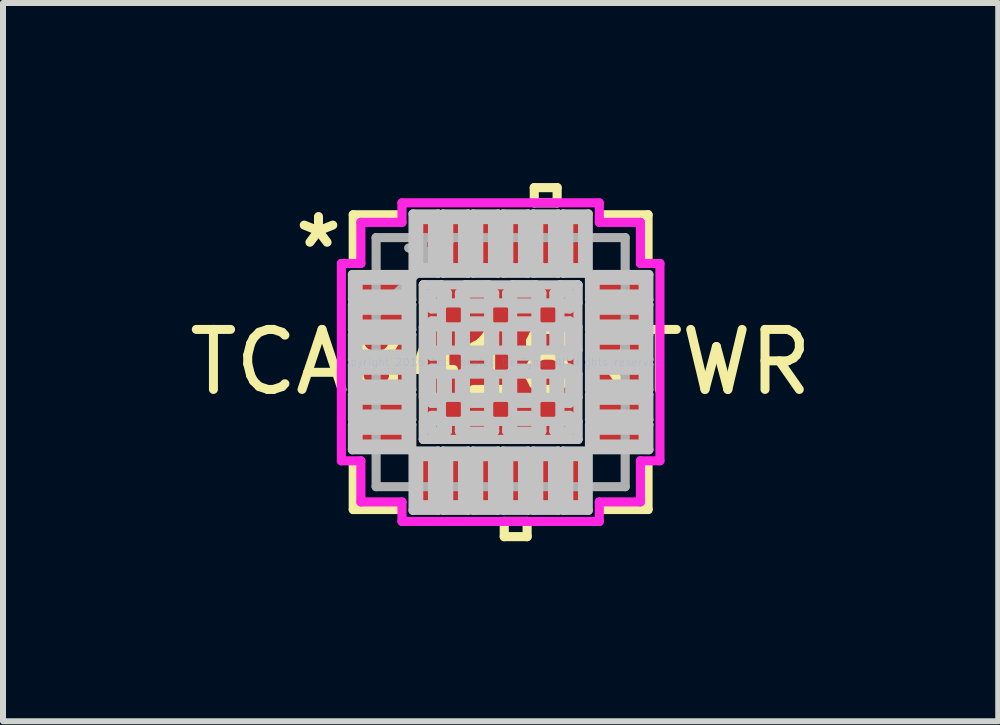
<source format=kicad_pcb>
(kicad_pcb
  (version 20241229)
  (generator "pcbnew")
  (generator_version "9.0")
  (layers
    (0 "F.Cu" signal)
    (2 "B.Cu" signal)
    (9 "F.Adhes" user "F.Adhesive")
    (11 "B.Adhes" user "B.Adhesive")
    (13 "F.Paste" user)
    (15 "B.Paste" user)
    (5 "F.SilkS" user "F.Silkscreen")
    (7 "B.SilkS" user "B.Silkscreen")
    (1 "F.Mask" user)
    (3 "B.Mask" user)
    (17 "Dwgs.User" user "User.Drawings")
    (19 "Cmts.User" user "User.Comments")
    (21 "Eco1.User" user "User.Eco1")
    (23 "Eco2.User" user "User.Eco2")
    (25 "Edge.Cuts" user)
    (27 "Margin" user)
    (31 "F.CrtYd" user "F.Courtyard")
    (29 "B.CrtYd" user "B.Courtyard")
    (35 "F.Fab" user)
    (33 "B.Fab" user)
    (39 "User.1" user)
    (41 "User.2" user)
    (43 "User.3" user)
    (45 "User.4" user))
  (footprint "TCA8418RTWR"
    (layer "F.Cu")
    (at 5.292 2.984)
    (property "Reference" "TCA8418RTWR" (at 0 0 0) (layer "F.SilkS") (effects (font (size 1 1) (thickness 0.15))))
    (attr through_hole)
    (fp_line (start -2.456 -2.456) (end -2.456 -1.718) (stroke (width 0.152) (type solid)) (layer "F.SilkS"))
    (fp_line (start -2.456 1.718) (end -2.456 2.456) (stroke (width 0.152) (type solid)) (layer "F.SilkS"))
    (fp_line (start -2.456 2.456) (end -1.718 2.456) (stroke (width 0.152) (type solid)) (layer "F.SilkS"))
    (fp_line (start -1.718 -2.456) (end -2.456 -2.456) (stroke (width 0.152) (type solid)) (layer "F.SilkS"))
    (fp_line (start 0.06 2.654) (end 0.06 2.908) (stroke (width 0.152) (type solid)) (layer "F.SilkS"))
    (fp_line (start 0.06 2.908) (end 0.441 2.908) (stroke (width 0.152) (type solid)) (layer "F.SilkS"))
    (fp_line (start 0.441 2.654) (end 0.06 2.654) (stroke (width 0.152) (type solid)) (layer "F.SilkS"))
    (fp_line (start 0.441 2.908) (end 0.441 2.654) (stroke (width 0.152) (type solid)) (layer "F.SilkS"))
    (fp_line (start 0.56 -2.908) (end 0.941 -2.908) (stroke (width 0.152) (type solid)) (layer "F.SilkS"))
    (fp_line (start 0.56 -2.654) (end 0.56 -2.908) (stroke (width 0.152) (type solid)) (layer "F.SilkS"))
    (fp_line (start 0.941 -2.908) (end 0.941 -2.654) (stroke (width 0.152) (type solid)) (layer "F.SilkS"))
    (fp_line (start 0.941 -2.654) (end 0.56 -2.654) (stroke (width 0.152) (type solid)) (layer "F.SilkS"))
    (fp_line (start 1.718 2.456) (end 2.456 2.456) (stroke (width 0.152) (type solid)) (layer "F.SilkS"))
    (fp_line (start 2.456 -2.456) (end 1.718 -2.456) (stroke (width 0.152) (type solid)) (layer "F.SilkS"))
    (fp_line (start 2.456 -1.718) (end 2.456 -2.456) (stroke (width 0.152) (type solid)) (layer "F.SilkS"))
    (fp_line (start 2.456 2.456) (end 2.456 1.718) (stroke (width 0.152) (type solid)) (layer "F.SilkS"))
    (fp_line (start -2.47 -1.46) (end -2.47 -1.04) (stroke (width 0.152) (type solid)) (layer "Dwgs.User"))
    (fp_line (start -2.47 -1.04) (end -1.48 -1.04) (stroke (width 0.152) (type solid)) (layer "Dwgs.User"))
    (fp_line (start -2.47 -0.96) (end -2.47 -0.54) (stroke (width 0.152) (type solid)) (layer "Dwgs.User"))
    (fp_line (start -2.47 -0.54) (end -1.48 -0.54) (stroke (width 0.152) (type solid)) (layer "Dwgs.User"))
    (fp_line (start -2.47 -0.46) (end -2.47 -0.04) (stroke (width 0.152) (type solid)) (layer "Dwgs.User"))
    (fp_line (start -2.47 -0.04) (end -1.48 -0.04) (stroke (width 0.152) (type solid)) (layer "Dwgs.User"))
    (fp_line (start -2.47 0.04) (end -2.47 0.46) (stroke (width 0.152) (type solid)) (layer "Dwgs.User"))
    (fp_line (start -2.47 0.46) (end -1.48 0.46) (stroke (width 0.152) (type solid)) (layer "Dwgs.User"))
    (fp_line (start -2.47 0.54) (end -2.47 0.96) (stroke (width 0.152) (type solid)) (layer "Dwgs.User"))
    (fp_line (start -2.47 0.96) (end -1.48 0.96) (stroke (width 0.152) (type solid)) (layer "Dwgs.User"))
    (fp_line (start -2.47 1.04) (end -2.47 1.46) (stroke (width 0.152) (type solid)) (layer "Dwgs.User"))
    (fp_line (start -2.47 1.46) (end -1.48 1.46) (stroke (width 0.152) (type solid)) (layer "Dwgs.User"))
    (fp_line (start -2.375 -1.365) (end -2.375 -1.135) (stroke (width 0.152) (type solid)) (layer "Dwgs.User"))
    (fp_line (start -2.375 -1.135) (end -1.575 -1.135) (stroke (width 0.152) (type solid)) (layer "Dwgs.User"))
    (fp_line (start -2.375 -0.865) (end -2.375 -0.635) (stroke (width 0.152) (type solid)) (layer "Dwgs.User"))
    (fp_line (start -2.375 -0.635) (end -1.575 -0.635) (stroke (width 0.152) (type solid)) (layer "Dwgs.User"))
    (fp_line (start -2.375 -0.365) (end -2.375 -0.135) (stroke (width 0.152) (type solid)) (layer "Dwgs.User"))
    (fp_line (start -2.375 -0.135) (end -1.575 -0.135) (stroke (width 0.152) (type solid)) (layer "Dwgs.User"))
    (fp_line (start -2.375 0.135) (end -2.375 0.365) (stroke (width 0.152) (type solid)) (layer "Dwgs.User"))
    (fp_line (start -2.375 0.365) (end -1.575 0.365) (stroke (width 0.152) (type solid)) (layer "Dwgs.User"))
    (fp_line (start -2.375 0.635) (end -2.375 0.865) (stroke (width 0.152) (type solid)) (layer "Dwgs.User"))
    (fp_line (start -2.375 0.865) (end -1.575 0.865) (stroke (width 0.152) (type solid)) (layer "Dwgs.User"))
    (fp_line (start -2.375 1.135) (end -2.375 1.365) (stroke (width 0.152) (type solid)) (layer "Dwgs.User"))
    (fp_line (start -2.375 1.365) (end -1.575 1.365) (stroke (width 0.152) (type solid)) (layer "Dwgs.User"))
    (fp_line (start -1.575 -1.365) (end -2.375 -1.365) (stroke (width 0.152) (type solid)) (layer "Dwgs.User"))
    (fp_line (start -1.575 -1.135) (end -1.575 -1.365) (stroke (width 0.152) (type solid)) (layer "Dwgs.User"))
    (fp_line (start -1.575 -0.865) (end -2.375 -0.865) (stroke (width 0.152) (type solid)) (layer "Dwgs.User"))
    (fp_line (start -1.575 -0.635) (end -1.575 -0.865) (stroke (width 0.152) (type solid)) (layer "Dwgs.User"))
    (fp_line (start -1.575 -0.365) (end -2.375 -0.365) (stroke (width 0.152) (type solid)) (layer "Dwgs.User"))
    (fp_line (start -1.575 -0.135) (end -1.575 -0.365) (stroke (width 0.152) (type solid)) (layer "Dwgs.User"))
    (fp_line (start -1.575 0.135) (end -2.375 0.135) (stroke (width 0.152) (type solid)) (layer "Dwgs.User"))
    (fp_line (start -1.575 0.365) (end -1.575 0.135) (stroke (width 0.152) (type solid)) (layer "Dwgs.User"))
    (fp_line (start -1.575 0.635) (end -2.375 0.635) (stroke (width 0.152) (type solid)) (layer "Dwgs.User"))
    (fp_line (start -1.575 0.865) (end -1.575 0.635) (stroke (width 0.152) (type solid)) (layer "Dwgs.User"))
    (fp_line (start -1.575 1.135) (end -2.375 1.135) (stroke (width 0.152) (type solid)) (layer "Dwgs.User"))
    (fp_line (start -1.575 1.365) (end -1.575 1.135) (stroke (width 0.152) (type solid)) (layer "Dwgs.User"))
    (fp_line (start -1.48 -1.46) (end -2.47 -1.46) (stroke (width 0.152) (type solid)) (layer "Dwgs.User"))
    (fp_line (start -1.48 -1.04) (end -1.48 -1.46) (stroke (width 0.152) (type solid)) (layer "Dwgs.User"))
    (fp_line (start -1.48 -0.96) (end -2.47 -0.96) (stroke (width 0.152) (type solid)) (layer "Dwgs.User"))
    (fp_line (start -1.48 -0.54) (end -1.48 -0.96) (stroke (width 0.152) (type solid)) (layer "Dwgs.User"))
    (fp_line (start -1.48 -0.46) (end -2.47 -0.46) (stroke (width 0.152) (type solid)) (layer "Dwgs.User"))
    (fp_line (start -1.48 -0.04) (end -1.48 -0.46) (stroke (width 0.152) (type solid)) (layer "Dwgs.User"))
    (fp_line (start -1.48 0.04) (end -2.47 0.04) (stroke (width 0.152) (type solid)) (layer "Dwgs.User"))
    (fp_line (start -1.48 0.46) (end -1.48 0.04) (stroke (width 0.152) (type solid)) (layer "Dwgs.User"))
    (fp_line (start -1.48 0.54) (end -2.47 0.54) (stroke (width 0.152) (type solid)) (layer "Dwgs.User"))
    (fp_line (start -1.48 0.96) (end -1.48 0.54) (stroke (width 0.152) (type solid)) (layer "Dwgs.User"))
    (fp_line (start -1.48 1.04) (end -2.47 1.04) (stroke (width 0.152) (type solid)) (layer "Dwgs.User"))
    (fp_line (start -1.48 1.46) (end -1.48 1.04) (stroke (width 0.152) (type solid)) (layer "Dwgs.User"))
    (fp_line (start -1.46 -2.47) (end -1.46 -1.48) (stroke (width 0.152) (type solid)) (layer "Dwgs.User"))
    (fp_line (start -1.46 -1.48) (end -1.04 -1.48) (stroke (width 0.152) (type solid)) (layer "Dwgs.User"))
    (fp_line (start -1.46 1.48) (end -1.46 2.47) (stroke (width 0.152) (type solid)) (layer "Dwgs.User"))
    (fp_line (start -1.46 2.47) (end -1.04 2.47) (stroke (width 0.152) (type solid)) (layer "Dwgs.User"))
    (fp_line (start -1.365 -2.375) (end -1.365 -1.575) (stroke (width 0.152) (type solid)) (layer "Dwgs.User"))
    (fp_line (start -1.365 -1.575) (end -1.135 -1.575) (stroke (width 0.152) (type solid)) (layer "Dwgs.User"))
    (fp_line (start -1.365 1.575) (end -1.365 2.375) (stroke (width 0.152) (type solid)) (layer "Dwgs.User"))
    (fp_line (start -1.365 2.375) (end -1.135 2.375) (stroke (width 0.152) (type solid)) (layer "Dwgs.User"))
    (fp_line (start -1.288 -1.288) (end -0.987 -1.288) (stroke (width 0.152) (type solid)) (layer "Dwgs.User"))
    (fp_line (start -1.288 -1.288) (end 1.288 -1.288) (stroke (width 0.152) (type solid)) (layer "Dwgs.User"))
    (fp_line (start -1.288 -0.987) (end -1.288 -1.288) (stroke (width 0.152) (type solid)) (layer "Dwgs.User"))
    (fp_line (start -1.288 -0.587) (end 1.288 -0.587) (stroke (width 0.152) (type solid)) (layer "Dwgs.User"))
    (fp_line (start -1.288 -0.2) (end -1.288 -0.587) (stroke (width 0.152) (type solid)) (layer "Dwgs.User"))
    (fp_line (start -1.288 0.2) (end 1.288 0.2) (stroke (width 0.152) (type solid)) (layer "Dwgs.User"))
    (fp_line (start -1.288 0.587) (end -1.288 0.2) (stroke (width 0.152) (type solid)) (layer "Dwgs.User"))
    (fp_line (start -1.288 0.987) (end 1.288 0.987) (stroke (width 0.152) (type solid)) (layer "Dwgs.User"))
    (fp_line (start -1.288 1.288) (end -1.288 -1.288) (stroke (width 0.152) (type solid)) (layer "Dwgs.User"))
    (fp_line (start -1.288 1.288) (end -1.288 0.987) (stroke (width 0.152) (type solid)) (layer "Dwgs.User"))
    (fp_line (start -1.15 -1.15) (end -1.15 -0.887) (stroke (width 0.152) (type solid)) (layer "Dwgs.User"))
    (fp_line (start -1.15 -0.887) (end -1.029 -0.887) (stroke (width 0.152) (type solid)) (layer "Dwgs.User"))
    (fp_line (start -1.15 -0.687) (end -1.15 -0.1) (stroke (width 0.152) (type solid)) (layer "Dwgs.User"))
    (fp_line (start -1.15 -0.1) (end -1.029 -0.1) (stroke (width 0.152) (type solid)) (layer "Dwgs.User"))
    (fp_line (start -1.15 0.1) (end -1.15 0.687) (stroke (width 0.152) (type solid)) (layer "Dwgs.User"))
    (fp_line (start -1.15 0.687) (end -1.029 0.687) (stroke (width 0.152) (type solid)) (layer "Dwgs.User"))
    (fp_line (start -1.15 0.887) (end -1.15 1.15) (stroke (width 0.152) (type solid)) (layer "Dwgs.User"))
    (fp_line (start -1.15 1.15) (end -0.887 1.15) (stroke (width 0.152) (type solid)) (layer "Dwgs.User"))
    (fp_line (start -1.135 -2.375) (end -1.365 -2.375) (stroke (width 0.152) (type solid)) (layer "Dwgs.User"))
    (fp_line (start -1.135 -1.575) (end -1.135 -2.375) (stroke (width 0.152) (type solid)) (layer "Dwgs.User"))
    (fp_line (start -1.135 1.575) (end -1.365 1.575) (stroke (width 0.152) (type solid)) (layer "Dwgs.User"))
    (fp_line (start -1.135 2.375) (end -1.135 1.575) (stroke (width 0.152) (type solid)) (layer "Dwgs.User"))
    (fp_line (start -1.04 -2.47) (end -1.46 -2.47) (stroke (width 0.152) (type solid)) (layer "Dwgs.User"))
    (fp_line (start -1.04 -1.48) (end -1.04 -2.47) (stroke (width 0.152) (type solid)) (layer "Dwgs.User"))
    (fp_line (start -1.04 1.48) (end -1.46 1.48) (stroke (width 0.152) (type solid)) (layer "Dwgs.User"))
    (fp_line (start -1.04 2.47) (end -1.04 1.48) (stroke (width 0.152) (type solid)) (layer "Dwgs.User"))
    (fp_line (start -1.029 -0.887) (end -1.029 -0.887) (stroke (width 0.152) (type solid)) (layer "Dwgs.User"))
    (fp_line (start -1.029 -0.887) (end -0.887 -1.029) (stroke (width 0.152) (type solid)) (layer "Dwgs.User"))
    (fp_line (start -1.029 -0.687) (end -1.15 -0.687) (stroke (width 0.152) (type solid)) (layer "Dwgs.User"))
    (fp_line (start -1.029 -0.687) (end -1.029 -0.687) (stroke (width 0.152) (type solid)) (layer "Dwgs.User"))
    (fp_line (start -1.029 -0.1) (end -1.029 -0.1) (stroke (width 0.152) (type solid)) (layer "Dwgs.User"))
    (fp_line (start -1.029 -0.1) (end -0.887 -0.241) (stroke (width 0.152) (type solid)) (layer "Dwgs.User"))
    (fp_line (start -1.029 0.1) (end -1.15 0.1) (stroke (width 0.152) (type solid)) (layer "Dwgs.User"))
    (fp_line (start -1.029 0.1) (end -1.029 0.1) (stroke (width 0.152) (type solid)) (layer "Dwgs.User"))
    (fp_line (start -1.029 0.687) (end -1.029 0.687) (stroke (width 0.152) (type solid)) (layer "Dwgs.User"))
    (fp_line (start -1.029 0.687) (end -0.887 0.546) (stroke (width 0.152) (type solid)) (layer "Dwgs.User"))
    (fp_line (start -1.029 0.887) (end -1.15 0.887) (stroke (width 0.152) (type solid)) (layer "Dwgs.User"))
    (fp_line (start -1.029 0.887) (end -1.029 0.887) (stroke (width 0.152) (type solid)) (layer "Dwgs.User"))
    (fp_line (start -0.987 -1.288) (end -0.987 1.288) (stroke (width 0.152) (type solid)) (layer "Dwgs.User"))
    (fp_line (start -0.987 1.288) (end -1.288 1.288) (stroke (width 0.152) (type solid)) (layer "Dwgs.User"))
    (fp_line (start -0.96 -2.47) (end -0.96 -1.48) (stroke (width 0.152) (type solid)) (layer "Dwgs.User"))
    (fp_line (start -0.96 -1.48) (end -0.54 -1.48) (stroke (width 0.152) (type solid)) (layer "Dwgs.User"))
    (fp_line (start -0.96 1.48) (end -0.96 2.47) (stroke (width 0.152) (type solid)) (layer "Dwgs.User"))
    (fp_line (start -0.96 2.47) (end -0.54 2.47) (stroke (width 0.152) (type solid)) (layer "Dwgs.User"))
    (fp_line (start -0.887 -1.15) (end -1.15 -1.15) (stroke (width 0.152) (type solid)) (layer "Dwgs.User"))
    (fp_line (start -0.887 -1.029) (end -0.887 -1.15) (stroke (width 0.152) (type solid)) (layer "Dwgs.User"))
    (fp_line (start -0.887 -1.029) (end -0.887 -1.029) (stroke (width 0.152) (type solid)) (layer "Dwgs.User"))
    (fp_line (start -0.887 -0.546) (end -1.029 -0.687) (stroke (width 0.152) (type solid)) (layer "Dwgs.User"))
    (fp_line (start -0.887 -0.546) (end -0.887 -0.546) (stroke (width 0.152) (type solid)) (layer "Dwgs.User"))
    (fp_line (start -0.887 -0.241) (end -0.887 -0.546) (stroke (width 0.152) (type solid)) (layer "Dwgs.User"))
    (fp_line (start -0.887 -0.241) (end -0.887 -0.241) (stroke (width 0.152) (type solid)) (layer "Dwgs.User"))
    (fp_line (start -0.887 0.241) (end -1.029 0.1) (stroke (width 0.152) (type solid)) (layer "Dwgs.User"))
    (fp_line (start -0.887 0.241) (end -0.887 0.241) (stroke (width 0.152) (type solid)) (layer "Dwgs.User"))
    (fp_line (start -0.887 0.546) (end -0.887 0.241) (stroke (width 0.152) (type solid)) (layer "Dwgs.User"))
    (fp_line (start -0.887 0.546) (end -0.887 0.546) (stroke (width 0.152) (type solid)) (layer "Dwgs.User"))
    (fp_line (start -0.887 1.029) (end -1.029 0.887) (stroke (width 0.152) (type solid)) (layer "Dwgs.User"))
    (fp_line (start -0.887 1.029) (end -0.887 1.029) (stroke (width 0.152) (type solid)) (layer "Dwgs.User"))
    (fp_line (start -0.887 1.15) (end -0.887 1.029) (stroke (width 0.152) (type solid)) (layer "Dwgs.User"))
    (fp_line (start -0.865 -2.375) (end -0.865 -1.575) (stroke (width 0.152) (type solid)) (layer "Dwgs.User"))
    (fp_line (start -0.865 -1.575) (end -0.635 -1.575) (stroke (width 0.152) (type solid)) (layer "Dwgs.User"))
    (fp_line (start -0.865 1.575) (end -0.865 2.375) (stroke (width 0.152) (type solid)) (layer "Dwgs.User"))
    (fp_line (start -0.865 2.375) (end -0.635 2.375) (stroke (width 0.152) (type solid)) (layer "Dwgs.User"))
    (fp_line (start -0.687 -1.15) (end -0.687 -1.029) (stroke (width 0.152) (type solid)) (layer "Dwgs.User"))
    (fp_line (start -0.687 -1.029) (end -0.687 -1.029) (stroke (width 0.152) (type solid)) (layer "Dwgs.User"))
    (fp_line (start -0.687 -1.029) (end -0.546 -0.887) (stroke (width 0.152) (type solid)) (layer "Dwgs.User"))
    (fp_line (start -0.687 -0.546) (end -0.687 -0.546) (stroke (width 0.152) (type solid)) (layer "Dwgs.User"))
    (fp_line (start -0.687 -0.546) (end -0.687 -0.241) (stroke (width 0.152) (type solid)) (layer "Dwgs.User"))
    (fp_line (start -0.687 -0.241) (end -0.687 -0.241) (stroke (width 0.152) (type solid)) (layer "Dwgs.User"))
    (fp_line (start -0.687 -0.241) (end -0.546 -0.1) (stroke (width 0.152) (type solid)) (layer "Dwgs.User"))
    (fp_line (start -0.687 0.241) (end -0.687 0.241) (stroke (width 0.152) (type solid)) (layer "Dwgs.User"))
    (fp_line (start -0.687 0.241) (end -0.687 0.546) (stroke (width 0.152) (type solid)) (layer "Dwgs.User"))
    (fp_line (start -0.687 0.546) (end -0.687 0.546) (stroke (width 0.152) (type solid)) (layer "Dwgs.User"))
    (fp_line (start -0.687 0.546) (end -0.546 0.687) (stroke (width 0.152) (type solid)) (layer "Dwgs.User"))
    (fp_line (start -0.687 1.029) (end -0.687 1.029) (stroke (width 0.152) (type solid)) (layer "Dwgs.User"))
    (fp_line (start -0.687 1.029) (end -0.687 1.15) (stroke (width 0.152) (type solid)) (layer "Dwgs.User"))
    (fp_line (start -0.687 1.15) (end -0.1 1.15) (stroke (width 0.152) (type solid)) (layer "Dwgs.User"))
    (fp_line (start -0.635 -2.375) (end -0.865 -2.375) (stroke (width 0.152) (type solid)) (layer "Dwgs.User"))
    (fp_line (start -0.635 -1.575) (end -0.635 -2.375) (stroke (width 0.152) (type solid)) (layer "Dwgs.User"))
    (fp_line (start -0.635 1.575) (end -0.865 1.575) (stroke (width 0.152) (type solid)) (layer "Dwgs.User"))
    (fp_line (start -0.635 2.375) (end -0.635 1.575) (stroke (width 0.152) (type solid)) (layer "Dwgs.User"))
    (fp_line (start -0.587 -1.288) (end -0.587 1.288) (stroke (width 0.152) (type solid)) (layer "Dwgs.User"))
    (fp_line (start -0.587 1.288) (end -0.2 1.288) (stroke (width 0.152) (type solid)) (layer "Dwgs.User"))
    (fp_line (start -0.546 -0.887) (end -0.546 -0.887) (stroke (width 0.152) (type solid)) (layer "Dwgs.User"))
    (fp_line (start -0.546 -0.887) (end -0.241 -0.887) (stroke (width 0.152) (type solid)) (layer "Dwgs.User"))
    (fp_line (start -0.546 -0.687) (end -0.687 -0.546) (stroke (width 0.152) (type solid)) (layer "Dwgs.User"))
    (fp_line (start -0.546 -0.687) (end -0.546 -0.687) (stroke (width 0.152) (type solid)) (layer "Dwgs.User"))
    (fp_line (start -0.546 -0.1) (end -0.546 -0.1) (stroke (width 0.152) (type solid)) (layer "Dwgs.User"))
    (fp_line (start -0.546 -0.1) (end -0.241 -0.1) (stroke (width 0.152) (type solid)) (layer "Dwgs.User"))
    (fp_line (start -0.546 0.1) (end -0.687 0.241) (stroke (width 0.152) (type solid)) (layer "Dwgs.User"))
    (fp_line (start -0.546 0.1) (end -0.546 0.1) (stroke (width 0.152) (type solid)) (layer "Dwgs.User"))
    (fp_line (start -0.546 0.687) (end -0.546 0.687) (stroke (width 0.152) (type solid)) (layer "Dwgs.User"))
    (fp_line (start -0.546 0.687) (end -0.241 0.687) (stroke (width 0.152) (type solid)) (layer "Dwgs.User"))
    (fp_line (start -0.546 0.887) (end -0.687 1.029) (stroke (width 0.152) (type solid)) (layer "Dwgs.User"))
    (fp_line (start -0.546 0.887) (end -0.546 0.887) (stroke (width 0.152) (type solid)) (layer "Dwgs.User"))
    (fp_line (start -0.54 -2.47) (end -0.96 -2.47) (stroke (width 0.152) (type solid)) (layer "Dwgs.User"))
    (fp_line (start -0.54 -1.48) (end -0.54 -2.47) (stroke (width 0.152) (type solid)) (layer "Dwgs.User"))
    (fp_line (start -0.54 1.48) (end -0.96 1.48) (stroke (width 0.152) (type solid)) (layer "Dwgs.User"))
    (fp_line (start -0.54 2.47) (end -0.54 1.48) (stroke (width 0.152) (type solid)) (layer "Dwgs.User"))
    (fp_line (start -0.46 -2.47) (end -0.46 -1.48) (stroke (width 0.152) (type solid)) (layer "Dwgs.User"))
    (fp_line (start -0.46 -1.48) (end -0.04 -1.48) (stroke (width 0.152) (type solid)) (layer "Dwgs.User"))
    (fp_line (start -0.46 1.48) (end -0.46 2.47) (stroke (width 0.152) (type solid)) (layer "Dwgs.User"))
    (fp_line (start -0.46 2.47) (end -0.04 2.47) (stroke (width 0.152) (type solid)) (layer "Dwgs.User"))
    (fp_line (start -0.365 -2.375) (end -0.365 -1.575) (stroke (width 0.152) (type solid)) (layer "Dwgs.User"))
    (fp_line (start -0.365 -1.575) (end -0.135 -1.575) (stroke (width 0.152) (type solid)) (layer "Dwgs.User"))
    (fp_line (start -0.365 1.575) (end -0.365 2.375) (stroke (width 0.152) (type solid)) (layer "Dwgs.User"))
    (fp_line (start -0.365 2.375) (end -0.135 2.375) (stroke (width 0.152) (type solid)) (layer "Dwgs.User"))
    (fp_line (start -0.241 -0.887) (end -0.241 -0.887) (stroke (width 0.152) (type solid)) (layer "Dwgs.User"))
    (fp_line (start -0.241 -0.887) (end -0.1 -1.029) (stroke (width 0.152) (type solid)) (layer "Dwgs.User"))
    (fp_line (start -0.241 -0.687) (end -0.546 -0.687) (stroke (width 0.152) (type solid)) (layer "Dwgs.User"))
    (fp_line (start -0.241 -0.687) (end -0.241 -0.687) (stroke (width 0.152) (type solid)) (layer "Dwgs.User"))
    (fp_line (start -0.241 -0.1) (end -0.241 -0.1) (stroke (width 0.152) (type solid)) (layer "Dwgs.User"))
    (fp_line (start -0.241 -0.1) (end -0.1 -0.241) (stroke (width 0.152) (type solid)) (layer "Dwgs.User"))
    (fp_line (start -0.241 0.1) (end -0.546 0.1) (stroke (width 0.152) (type solid)) (layer "Dwgs.User"))
    (fp_line (start -0.241 0.1) (end -0.241 0.1) (stroke (width 0.152) (type solid)) (layer "Dwgs.User"))
    (fp_line (start -0.241 0.687) (end -0.241 0.687) (stroke (width 0.152) (type solid)) (layer "Dwgs.User"))
    (fp_line (start -0.241 0.687) (end -0.1 0.546) (stroke (width 0.152) (type solid)) (layer "Dwgs.User"))
    (fp_line (start -0.241 0.887) (end -0.546 0.887) (stroke (width 0.152) (type solid)) (layer "Dwgs.User"))
    (fp_line (start -0.241 0.887) (end -0.241 0.887) (stroke (width 0.152) (type solid)) (layer "Dwgs.User"))
    (fp_line (start -0.2 -1.288) (end -0.587 -1.288) (stroke (width 0.152) (type solid)) (layer "Dwgs.User"))
    (fp_line (start -0.2 1.288) (end -0.2 -1.288) (stroke (width 0.152) (type solid)) (layer "Dwgs.User"))
    (fp_line (start -0.135 -2.375) (end -0.365 -2.375) (stroke (width 0.152) (type solid)) (layer "Dwgs.User"))
    (fp_line (start -0.135 -1.575) (end -0.135 -2.375) (stroke (width 0.152) (type solid)) (layer "Dwgs.User"))
    (fp_line (start -0.135 1.575) (end -0.365 1.575) (stroke (width 0.152) (type solid)) (layer "Dwgs.User"))
    (fp_line (start -0.135 2.375) (end -0.135 1.575) (stroke (width 0.152) (type solid)) (layer "Dwgs.User"))
    (fp_line (start -0.1 -1.15) (end -0.687 -1.15) (stroke (width 0.152) (type solid)) (layer "Dwgs.User"))
    (fp_line (start -0.1 -1.029) (end -0.1 -1.15) (stroke (width 0.152) (type solid)) (layer "Dwgs.User"))
    (fp_line (start -0.1 -1.029) (end -0.1 -1.029) (stroke (width 0.152) (type solid)) (layer "Dwgs.User"))
    (fp_line (start -0.1 -0.546) (end -0.241 -0.687) (stroke (width 0.152) (type solid)) (layer "Dwgs.User"))
    (fp_line (start -0.1 -0.546) (end -0.1 -0.546) (stroke (width 0.152) (type solid)) (layer "Dwgs.User"))
    (fp_line (start -0.1 -0.241) (end -0.1 -0.546) (stroke (width 0.152) (type solid)) (layer "Dwgs.User"))
    (fp_line (start -0.1 -0.241) (end -0.1 -0.241) (stroke (width 0.152) (type solid)) (layer "Dwgs.User"))
    (fp_line (start -0.1 0.241) (end -0.241 0.1) (stroke (width 0.152) (type solid)) (layer "Dwgs.User"))
    (fp_line (start -0.1 0.241) (end -0.1 0.241) (stroke (width 0.152) (type solid)) (layer "Dwgs.User"))
    (fp_line (start -0.1 0.546) (end -0.1 0.241) (stroke (width 0.152) (type solid)) (layer "Dwgs.User"))
    (fp_line (start -0.1 0.546) (end -0.1 0.546) (stroke (width 0.152) (type solid)) (layer "Dwgs.User"))
    (fp_line (start -0.1 1.029) (end -0.241 0.887) (stroke (width 0.152) (type solid)) (layer "Dwgs.User"))
    (fp_line (start -0.1 1.029) (end -0.1 1.029) (stroke (width 0.152) (type solid)) (layer "Dwgs.User"))
    (fp_line (start -0.1 1.15) (end -0.1 1.029) (stroke (width 0.152) (type solid)) (layer "Dwgs.User"))
    (fp_line (start -0.04 -2.47) (end -0.46 -2.47) (stroke (width 0.152) (type solid)) (layer "Dwgs.User"))
    (fp_line (start -0.04 -1.48) (end -0.04 -2.47) (stroke (width 0.152) (type solid)) (layer "Dwgs.User"))
    (fp_line (start -0.04 1.48) (end -0.46 1.48) (stroke (width 0.152) (type solid)) (layer "Dwgs.User"))
    (fp_line (start -0.04 2.47) (end -0.04 1.48) (stroke (width 0.152) (type solid)) (layer "Dwgs.User"))
    (fp_line (start 0.04 -2.47) (end 0.04 -1.48) (stroke (width 0.152) (type solid)) (layer "Dwgs.User"))
    (fp_line (start 0.04 -1.48) (end 0.46 -1.48) (stroke (width 0.152) (type solid)) (layer "Dwgs.User"))
    (fp_line (start 0.04 1.48) (end 0.04 2.47) (stroke (width 0.152) (type solid)) (layer "Dwgs.User"))
    (fp_line (start 0.04 2.47) (end 0.46 2.47) (stroke (width 0.152) (type solid)) (layer "Dwgs.User"))
    (fp_line (start 0.1 -1.15) (end 0.1 -1.029) (stroke (width 0.152) (type solid)) (layer "Dwgs.User"))
    (fp_line (start 0.1 -1.029) (end 0.1 -1.029) (stroke (width 0.152) (type solid)) (layer "Dwgs.User"))
    (fp_line (start 0.1 -1.029) (end 0.241 -0.887) (stroke (width 0.152) (type solid)) (layer "Dwgs.User"))
    (fp_line (start 0.1 -0.546) (end 0.1 -0.546) (stroke (width 0.152) (type solid)) (layer "Dwgs.User"))
    (fp_line (start 0.1 -0.546) (end 0.1 -0.241) (stroke (width 0.152) (type solid)) (layer "Dwgs.User"))
    (fp_line (start 0.1 -0.241) (end 0.1 -0.241) (stroke (width 0.152) (type solid)) (layer "Dwgs.User"))
    (fp_line (start 0.1 -0.241) (end 0.241 -0.1) (stroke (width 0.152) (type solid)) (layer "Dwgs.User"))
    (fp_line (start 0.1 0.241) (end 0.1 0.241) (stroke (width 0.152) (type solid)) (layer "Dwgs.User"))
    (fp_line (start 0.1 0.241) (end 0.1 0.546) (stroke (width 0.152) (type solid)) (layer "Dwgs.User"))
    (fp_line (start 0.1 0.546) (end 0.1 0.546) (stroke (width 0.152) (type solid)) (layer "Dwgs.User"))
    (fp_line (start 0.1 0.546) (end 0.241 0.687) (stroke (width 0.152) (type solid)) (layer "Dwgs.User"))
    (fp_line (start 0.1 1.029) (end 0.1 1.029) (stroke (width 0.152) (type solid)) (layer "Dwgs.User"))
    (fp_line (start 0.1 1.029) (end 0.1 1.15) (stroke (width 0.152) (type solid)) (layer "Dwgs.User"))
    (fp_line (start 0.1 1.15) (end 0.687 1.15) (stroke (width 0.152) (type solid)) (layer "Dwgs.User"))
    (fp_line (start 0.135 -2.375) (end 0.135 -1.575) (stroke (width 0.152) (type solid)) (layer "Dwgs.User"))
    (fp_line (start 0.135 -1.575) (end 0.365 -1.575) (stroke (width 0.152) (type solid)) (layer "Dwgs.User"))
    (fp_line (start 0.135 1.575) (end 0.135 2.375) (stroke (width 0.152) (type solid)) (layer "Dwgs.User"))
    (fp_line (start 0.135 2.375) (end 0.365 2.375) (stroke (width 0.152) (type solid)) (layer "Dwgs.User"))
    (fp_line (start 0.2 -1.288) (end 0.2 1.288) (stroke (width 0.152) (type solid)) (layer "Dwgs.User"))
    (fp_line (start 0.2 1.288) (end 0.587 1.288) (stroke (width 0.152) (type solid)) (layer "Dwgs.User"))
    (fp_line (start 0.241 -0.887) (end 0.241 -0.887) (stroke (width 0.152) (type solid)) (layer "Dwgs.User"))
    (fp_line (start 0.241 -0.887) (end 0.546 -0.887) (stroke (width 0.152) (type solid)) (layer "Dwgs.User"))
    (fp_line (start 0.241 -0.687) (end 0.1 -0.546) (stroke (width 0.152) (type solid)) (layer "Dwgs.User"))
    (fp_line (start 0.241 -0.687) (end 0.241 -0.687) (stroke (width 0.152) (type solid)) (layer "Dwgs.User"))
    (fp_line (start 0.241 -0.1) (end 0.241 -0.1) (stroke (width 0.152) (type solid)) (layer "Dwgs.User"))
    (fp_line (start 0.241 -0.1) (end 0.546 -0.1) (stroke (width 0.152) (type solid)) (layer "Dwgs.User"))
    (fp_line (start 0.241 0.1) (end 0.1 0.241) (stroke (width 0.152) (type solid)) (layer "Dwgs.User"))
    (fp_line (start 0.241 0.1) (end 0.241 0.1) (stroke (width 0.152) (type solid)) (layer "Dwgs.User"))
    (fp_line (start 0.241 0.687) (end 0.241 0.687) (stroke (width 0.152) (type solid)) (layer "Dwgs.User"))
    (fp_line (start 0.241 0.687) (end 0.546 0.687) (stroke (width 0.152) (type solid)) (layer "Dwgs.User"))
    (fp_line (start 0.241 0.887) (end 0.1 1.029) (stroke (width 0.152) (type solid)) (layer "Dwgs.User"))
    (fp_line (start 0.241 0.887) (end 0.241 0.887) (stroke (width 0.152) (type solid)) (layer "Dwgs.User"))
    (fp_line (start 0.365 -2.375) (end 0.135 -2.375) (stroke (width 0.152) (type solid)) (layer "Dwgs.User"))
    (fp_line (start 0.365 -1.575) (end 0.365 -2.375) (stroke (width 0.152) (type solid)) (layer "Dwgs.User"))
    (fp_line (start 0.365 1.575) (end 0.135 1.575) (stroke (width 0.152) (type solid)) (layer "Dwgs.User"))
    (fp_line (start 0.365 2.375) (end 0.365 1.575) (stroke (width 0.152) (type solid)) (layer "Dwgs.User"))
    (fp_line (start 0.46 -2.47) (end 0.04 -2.47) (stroke (width 0.152) (type solid)) (layer "Dwgs.User"))
    (fp_line (start 0.46 -1.48) (end 0.46 -2.47) (stroke (width 0.152) (type solid)) (layer "Dwgs.User"))
    (fp_line (start 0.46 1.48) (end 0.04 1.48) (stroke (width 0.152) (type solid)) (layer "Dwgs.User"))
    (fp_line (start 0.46 2.47) (end 0.46 1.48) (stroke (width 0.152) (type solid)) (layer "Dwgs.User"))
    (fp_line (start 0.54 -2.47) (end 0.54 -1.48) (stroke (width 0.152) (type solid)) (layer "Dwgs.User"))
    (fp_line (start 0.54 -1.48) (end 0.96 -1.48) (stroke (width 0.152) (type solid)) (layer "Dwgs.User"))
    (fp_line (start 0.54 1.48) (end 0.54 2.47) (stroke (width 0.152) (type solid)) (layer "Dwgs.User"))
    (fp_line (start 0.54 2.47) (end 0.96 2.47) (stroke (width 0.152) (type solid)) (layer "Dwgs.User"))
    (fp_line (start 0.546 -0.887) (end 0.546 -0.887) (stroke (width 0.152) (type solid)) (layer "Dwgs.User"))
    (fp_line (start 0.546 -0.887) (end 0.687 -1.029) (stroke (width 0.152) (type solid)) (layer "Dwgs.User"))
    (fp_line (start 0.546 -0.687) (end 0.241 -0.687) (stroke (width 0.152) (type solid)) (layer "Dwgs.User"))
    (fp_line (start 0.546 -0.687) (end 0.546 -0.687) (stroke (width 0.152) (type solid)) (layer "Dwgs.User"))
    (fp_line (start 0.546 -0.1) (end 0.546 -0.1) (stroke (width 0.152) (type solid)) (layer "Dwgs.User"))
    (fp_line (start 0.546 -0.1) (end 0.687 -0.241) (stroke (width 0.152) (type solid)) (layer "Dwgs.User"))
    (fp_line (start 0.546 0.1) (end 0.241 0.1) (stroke (width 0.152) (type solid)) (layer "Dwgs.User"))
    (fp_line (start 0.546 0.1) (end 0.546 0.1) (stroke (width 0.152) (type solid)) (layer "Dwgs.User"))
    (fp_line (start 0.546 0.687) (end 0.546 0.687) (stroke (width 0.152) (type solid)) (layer "Dwgs.User"))
    (fp_line (start 0.546 0.687) (end 0.687 0.546) (stroke (width 0.152) (type solid)) (layer "Dwgs.User"))
    (fp_line (start 0.546 0.887) (end 0.241 0.887) (stroke (width 0.152) (type solid)) (layer "Dwgs.User"))
    (fp_line (start 0.546 0.887) (end 0.546 0.887) (stroke (width 0.152) (type solid)) (layer "Dwgs.User"))
    (fp_line (start 0.587 -1.288) (end 0.2 -1.288) (stroke (width 0.152) (type solid)) (layer "Dwgs.User"))
    (fp_line (start 0.587 1.288) (end 0.587 -1.288) (stroke (width 0.152) (type solid)) (layer "Dwgs.User"))
    (fp_line (start 0.635 -2.375) (end 0.635 -1.575) (stroke (width 0.152) (type solid)) (layer "Dwgs.User"))
    (fp_line (start 0.635 -1.575) (end 0.865 -1.575) (stroke (width 0.152) (type solid)) (layer "Dwgs.User"))
    (fp_line (start 0.635 1.575) (end 0.635 2.375) (stroke (width 0.152) (type solid)) (layer "Dwgs.User"))
    (fp_line (start 0.635 2.375) (end 0.865 2.375) (stroke (width 0.152) (type solid)) (layer "Dwgs.User"))
    (fp_line (start 0.687 -1.15) (end 0.1 -1.15) (stroke (width 0.152) (type solid)) (layer "Dwgs.User"))
    (fp_line (start 0.687 -1.029) (end 0.687 -1.15) (stroke (width 0.152) (type solid)) (layer "Dwgs.User"))
    (fp_line (start 0.687 -1.029) (end 0.687 -1.029) (stroke (width 0.152) (type solid)) (layer "Dwgs.User"))
    (fp_line (start 0.687 -0.546) (end 0.546 -0.687) (stroke (width 0.152) (type solid)) (layer "Dwgs.User"))
    (fp_line (start 0.687 -0.546) (end 0.687 -0.546) (stroke (width 0.152) (type solid)) (layer "Dwgs.User"))
    (fp_line (start 0.687 -0.241) (end 0.687 -0.546) (stroke (width 0.152) (type solid)) (layer "Dwgs.User"))
    (fp_line (start 0.687 -0.241) (end 0.687 -0.241) (stroke (width 0.152) (type solid)) (layer "Dwgs.User"))
    (fp_line (start 0.687 0.241) (end 0.546 0.1) (stroke (width 0.152) (type solid)) (layer "Dwgs.User"))
    (fp_line (start 0.687 0.241) (end 0.687 0.241) (stroke (width 0.152) (type solid)) (layer "Dwgs.User"))
    (fp_line (start 0.687 0.546) (end 0.687 0.241) (stroke (width 0.152) (type solid)) (layer "Dwgs.User"))
    (fp_line (start 0.687 0.546) (end 0.687 0.546) (stroke (width 0.152) (type solid)) (layer "Dwgs.User"))
    (fp_line (start 0.687 1.029) (end 0.546 0.887) (stroke (width 0.152) (type solid)) (layer "Dwgs.User"))
    (fp_line (start 0.687 1.029) (end 0.687 1.029) (stroke (width 0.152) (type solid)) (layer "Dwgs.User"))
    (fp_line (start 0.687 1.15) (end 0.687 1.029) (stroke (width 0.152) (type solid)) (layer "Dwgs.User"))
    (fp_line (start 0.865 -2.375) (end 0.635 -2.375) (stroke (width 0.152) (type solid)) (layer "Dwgs.User"))
    (fp_line (start 0.865 -1.575) (end 0.865 -2.375) (stroke (width 0.152) (type solid)) (layer "Dwgs.User"))
    (fp_line (start 0.865 1.575) (end 0.635 1.575) (stroke (width 0.152) (type solid)) (layer "Dwgs.User"))
    (fp_line (start 0.865 2.375) (end 0.865 1.575) (stroke (width 0.152) (type solid)) (layer "Dwgs.User"))
    (fp_line (start 0.887 -1.15) (end 0.887 -1.029) (stroke (width 0.152) (type solid)) (layer "Dwgs.User"))
    (fp_line (start 0.887 -1.029) (end 0.887 -1.029) (stroke (width 0.152) (type solid)) (layer "Dwgs.User"))
    (fp_line (start 0.887 -1.029) (end 1.029 -0.887) (stroke (width 0.152) (type solid)) (layer "Dwgs.User"))
    (fp_line (start 0.887 -0.546) (end 0.887 -0.546) (stroke (width 0.152) (type solid)) (layer "Dwgs.User"))
    (fp_line (start 0.887 -0.546) (end 0.887 -0.241) (stroke (width 0.152) (type solid)) (layer "Dwgs.User"))
    (fp_line (start 0.887 -0.241) (end 0.887 -0.241) (stroke (width 0.152) (type solid)) (layer "Dwgs.User"))
    (fp_line (start 0.887 -0.241) (end 1.029 -0.1) (stroke (width 0.152) (type solid)) (layer "Dwgs.User"))
    (fp_line (start 0.887 0.241) (end 0.887 0.241) (stroke (width 0.152) (type solid)) (layer "Dwgs.User"))
    (fp_line (start 0.887 0.241) (end 0.887 0.546) (stroke (width 0.152) (type solid)) (layer "Dwgs.User"))
    (fp_line (start 0.887 0.546) (end 0.887 0.546) (stroke (width 0.152) (type solid)) (layer "Dwgs.User"))
    (fp_line (start 0.887 0.546) (end 1.029 0.687) (stroke (width 0.152) (type solid)) (layer "Dwgs.User"))
    (fp_line (start 0.887 1.029) (end 0.887 1.029) (stroke (width 0.152) (type solid)) (layer "Dwgs.User"))
    (fp_line (start 0.887 1.029) (end 0.887 1.15) (stroke (width 0.152) (type solid)) (layer "Dwgs.User"))
    (fp_line (start 0.887 1.15) (end 1.15 1.15) (stroke (width 0.152) (type solid)) (layer "Dwgs.User"))
    (fp_line (start 0.96 -2.47) (end 0.54 -2.47) (stroke (width 0.152) (type solid)) (layer "Dwgs.User"))
    (fp_line (start 0.96 -1.48) (end 0.96 -2.47) (stroke (width 0.152) (type solid)) (layer "Dwgs.User"))
    (fp_line (start 0.96 1.48) (end 0.54 1.48) (stroke (width 0.152) (type solid)) (layer "Dwgs.User"))
    (fp_line (start 0.96 2.47) (end 0.96 1.48) (stroke (width 0.152) (type solid)) (layer "Dwgs.User"))
    (fp_line (start 0.987 -1.288) (end 1.288 -1.288) (stroke (width 0.152) (type solid)) (layer "Dwgs.User"))
    (fp_line (start 0.987 1.288) (end 0.987 -1.288) (stroke (width 0.152) (type solid)) (layer "Dwgs.User"))
    (fp_line (start 1.029 -0.887) (end 1.029 -0.887) (stroke (width 0.152) (type solid)) (layer "Dwgs.User"))
    (fp_line (start 1.029 -0.887) (end 1.15 -0.887) (stroke (width 0.152) (type solid)) (layer "Dwgs.User"))
    (fp_line (start 1.029 -0.687) (end 0.887 -0.546) (stroke (width 0.152) (type solid)) (layer "Dwgs.User"))
    (fp_line (start 1.029 -0.687) (end 1.029 -0.687) (stroke (width 0.152) (type solid)) (layer "Dwgs.User"))
    (fp_line (start 1.029 -0.1) (end 1.029 -0.1) (stroke (width 0.152) (type solid)) (layer "Dwgs.User"))
    (fp_line (start 1.029 -0.1) (end 1.15 -0.1) (stroke (width 0.152) (type solid)) (layer "Dwgs.User"))
    (fp_line (start 1.029 0.1) (end 0.887 0.241) (stroke (width 0.152) (type solid)) (layer "Dwgs.User"))
    (fp_line (start 1.029 0.1) (end 1.029 0.1) (stroke (width 0.152) (type solid)) (layer "Dwgs.User"))
    (fp_line (start 1.029 0.687) (end 1.029 0.687) (stroke (width 0.152) (type solid)) (layer "Dwgs.User"))
    (fp_line (start 1.029 0.687) (end 1.15 0.687) (stroke (width 0.152) (type solid)) (layer "Dwgs.User"))
    (fp_line (start 1.029 0.887) (end 0.887 1.029) (stroke (width 0.152) (type solid)) (layer "Dwgs.User"))
    (fp_line (start 1.029 0.887) (end 1.029 0.887) (stroke (width 0.152) (type solid)) (layer "Dwgs.User"))
    (fp_line (start 1.04 -2.47) (end 1.04 -1.48) (stroke (width 0.152) (type solid)) (layer "Dwgs.User"))
    (fp_line (start 1.04 -1.48) (end 1.46 -1.48) (stroke (width 0.152) (type solid)) (layer "Dwgs.User"))
    (fp_line (start 1.04 1.48) (end 1.04 2.47) (stroke (width 0.152) (type solid)) (layer "Dwgs.User"))
    (fp_line (start 1.04 2.47) (end 1.46 2.47) (stroke (width 0.152) (type solid)) (layer "Dwgs.User"))
    (fp_line (start 1.135 -2.375) (end 1.135 -1.575) (stroke (width 0.152) (type solid)) (layer "Dwgs.User"))
    (fp_line (start 1.135 -1.575) (end 1.365 -1.575) (stroke (width 0.152) (type solid)) (layer "Dwgs.User"))
    (fp_line (start 1.135 1.575) (end 1.135 2.375) (stroke (width 0.152) (type solid)) (layer "Dwgs.User"))
    (fp_line (start 1.135 2.375) (end 1.365 2.375) (stroke (width 0.152) (type solid)) (layer "Dwgs.User"))
    (fp_line (start 1.15 -1.15) (end 0.887 -1.15) (stroke (width 0.152) (type solid)) (layer "Dwgs.User"))
    (fp_line (start 1.15 -0.887) (end 1.15 -1.15) (stroke (width 0.152) (type solid)) (layer "Dwgs.User"))
    (fp_line (start 1.15 -0.687) (end 1.029 -0.687) (stroke (width 0.152) (type solid)) (layer "Dwgs.User"))
    (fp_line (start 1.15 -0.1) (end 1.15 -0.687) (stroke (width 0.152) (type solid)) (layer "Dwgs.User"))
    (fp_line (start 1.15 0.1) (end 1.029 0.1) (stroke (width 0.152) (type solid)) (layer "Dwgs.User"))
    (fp_line (start 1.15 0.687) (end 1.15 0.1) (stroke (width 0.152) (type solid)) (layer "Dwgs.User"))
    (fp_line (start 1.15 0.887) (end 1.029 0.887) (stroke (width 0.152) (type solid)) (layer "Dwgs.User"))
    (fp_line (start 1.15 1.15) (end 1.15 0.887) (stroke (width 0.152) (type solid)) (layer "Dwgs.User"))
    (fp_line (start 1.288 -1.288) (end 1.288 -0.987) (stroke (width 0.152) (type solid)) (layer "Dwgs.User"))
    (fp_line (start 1.288 -1.288) (end 1.288 1.288) (stroke (width 0.152) (type solid)) (layer "Dwgs.User"))
    (fp_line (start 1.288 -0.987) (end -1.288 -0.987) (stroke (width 0.152) (type solid)) (layer "Dwgs.User"))
    (fp_line (start 1.288 -0.587) (end 1.288 -0.2) (stroke (width 0.152) (type solid)) (layer "Dwgs.User"))
    (fp_line (start 1.288 -0.2) (end -1.288 -0.2) (stroke (width 0.152) (type solid)) (layer "Dwgs.User"))
    (fp_line (start 1.288 0.2) (end 1.288 0.587) (stroke (width 0.152) (type solid)) (layer "Dwgs.User"))
    (fp_line (start 1.288 0.587) (end -1.288 0.587) (stroke (width 0.152) (type solid)) (layer "Dwgs.User"))
    (fp_line (start 1.288 0.987) (end 1.288 1.288) (stroke (width 0.152) (type solid)) (layer "Dwgs.User"))
    (fp_line (start 1.288 1.288) (end -1.288 1.288) (stroke (width 0.152) (type solid)) (layer "Dwgs.User"))
    (fp_line (start 1.288 1.288) (end 0.987 1.288) (stroke (width 0.152) (type solid)) (layer "Dwgs.User"))
    (fp_line (start 1.365 -2.375) (end 1.135 -2.375) (stroke (width 0.152) (type solid)) (layer "Dwgs.User"))
    (fp_line (start 1.365 -1.575) (end 1.365 -2.375) (stroke (width 0.152) (type solid)) (layer "Dwgs.User"))
    (fp_line (start 1.365 1.575) (end 1.135 1.575) (stroke (width 0.152) (type solid)) (layer "Dwgs.User"))
    (fp_line (start 1.365 2.375) (end 1.365 1.575) (stroke (width 0.152) (type solid)) (layer "Dwgs.User"))
    (fp_line (start 1.46 -2.47) (end 1.04 -2.47) (stroke (width 0.152) (type solid)) (layer "Dwgs.User"))
    (fp_line (start 1.46 -1.48) (end 1.46 -2.47) (stroke (width 0.152) (type solid)) (layer "Dwgs.User"))
    (fp_line (start 1.46 1.48) (end 1.04 1.48) (stroke (width 0.152) (type solid)) (layer "Dwgs.User"))
    (fp_line (start 1.46 2.47) (end 1.46 1.48) (stroke (width 0.152) (type solid)) (layer "Dwgs.User"))
    (fp_line (start 1.48 -1.46) (end 1.48 -1.04) (stroke (width 0.152) (type solid)) (layer "Dwgs.User"))
    (fp_line (start 1.48 -1.04) (end 2.47 -1.04) (stroke (width 0.152) (type solid)) (layer "Dwgs.User"))
    (fp_line (start 1.48 -0.96) (end 1.48 -0.54) (stroke (width 0.152) (type solid)) (layer "Dwgs.User"))
    (fp_line (start 1.48 -0.54) (end 2.47 -0.54) (stroke (width 0.152) (type solid)) (layer "Dwgs.User"))
    (fp_line (start 1.48 -0.46) (end 1.48 -0.04) (stroke (width 0.152) (type solid)) (layer "Dwgs.User"))
    (fp_line (start 1.48 -0.04) (end 2.47 -0.04) (stroke (width 0.152) (type solid)) (layer "Dwgs.User"))
    (fp_line (start 1.48 0.04) (end 1.48 0.46) (stroke (width 0.152) (type solid)) (layer "Dwgs.User"))
    (fp_line (start 1.48 0.46) (end 2.47 0.46) (stroke (width 0.152) (type solid)) (layer "Dwgs.User"))
    (fp_line (start 1.48 0.54) (end 1.48 0.96) (stroke (width 0.152) (type solid)) (layer "Dwgs.User"))
    (fp_line (start 1.48 0.96) (end 2.47 0.96) (stroke (width 0.152) (type solid)) (layer "Dwgs.User"))
    (fp_line (start 1.48 1.04) (end 1.48 1.46) (stroke (width 0.152) (type solid)) (layer "Dwgs.User"))
    (fp_line (start 1.48 1.46) (end 2.47 1.46) (stroke (width 0.152) (type solid)) (layer "Dwgs.User"))
    (fp_line (start 1.575 -1.365) (end 1.575 -1.135) (stroke (width 0.152) (type solid)) (layer "Dwgs.User"))
    (fp_line (start 1.575 -1.135) (end 2.375 -1.135) (stroke (width 0.152) (type solid)) (layer "Dwgs.User"))
    (fp_line (start 1.575 -0.865) (end 1.575 -0.635) (stroke (width 0.152) (type solid)) (layer "Dwgs.User"))
    (fp_line (start 1.575 -0.635) (end 2.375 -0.635) (stroke (width 0.152) (type solid)) (layer "Dwgs.User"))
    (fp_line (start 1.575 -0.365) (end 1.575 -0.135) (stroke (width 0.152) (type solid)) (layer "Dwgs.User"))
    (fp_line (start 1.575 -0.135) (end 2.375 -0.135) (stroke (width 0.152) (type solid)) (layer "Dwgs.User"))
    (fp_line (start 1.575 0.135) (end 1.575 0.365) (stroke (width 0.152) (type solid)) (layer "Dwgs.User"))
    (fp_line (start 1.575 0.365) (end 2.375 0.365) (stroke (width 0.152) (type solid)) (layer "Dwgs.User"))
    (fp_line (start 1.575 0.635) (end 1.575 0.865) (stroke (width 0.152) (type solid)) (layer "Dwgs.User"))
    (fp_line (start 1.575 0.865) (end 2.375 0.865) (stroke (width 0.152) (type solid)) (layer "Dwgs.User"))
    (fp_line (start 1.575 1.135) (end 1.575 1.365) (stroke (width 0.152) (type solid)) (layer "Dwgs.User"))
    (fp_line (start 1.575 1.365) (end 2.375 1.365) (stroke (width 0.152) (type solid)) (layer "Dwgs.User"))
    (fp_line (start 2.375 -1.365) (end 1.575 -1.365) (stroke (width 0.152) (type solid)) (layer "Dwgs.User"))
    (fp_line (start 2.375 -1.135) (end 2.375 -1.365) (stroke (width 0.152) (type solid)) (layer "Dwgs.User"))
    (fp_line (start 2.375 -0.865) (end 1.575 -0.865) (stroke (width 0.152) (type solid)) (layer "Dwgs.User"))
    (fp_line (start 2.375 -0.635) (end 2.375 -0.865) (stroke (width 0.152) (type solid)) (layer "Dwgs.User"))
    (fp_line (start 2.375 -0.365) (end 1.575 -0.365) (stroke (width 0.152) (type solid)) (layer "Dwgs.User"))
    (fp_line (start 2.375 -0.135) (end 2.375 -0.365) (stroke (width 0.152) (type solid)) (layer "Dwgs.User"))
    (fp_line (start 2.375 0.135) (end 1.575 0.135) (stroke (width 0.152) (type solid)) (layer "Dwgs.User"))
    (fp_line (start 2.375 0.365) (end 2.375 0.135) (stroke (width 0.152) (type solid)) (layer "Dwgs.User"))
    (fp_line (start 2.375 0.635) (end 1.575 0.635) (stroke (width 0.152) (type solid)) (layer "Dwgs.User"))
    (fp_line (start 2.375 0.865) (end 2.375 0.635) (stroke (width 0.152) (type solid)) (layer "Dwgs.User"))
    (fp_line (start 2.375 1.135) (end 1.575 1.135) (stroke (width 0.152) (type solid)) (layer "Dwgs.User"))
    (fp_line (start 2.375 1.365) (end 2.375 1.135) (stroke (width 0.152) (type solid)) (layer "Dwgs.User"))
    (fp_line (start 2.47 -1.46) (end 1.48 -1.46) (stroke (width 0.152) (type solid)) (layer "Dwgs.User"))
    (fp_line (start 2.47 -1.04) (end 2.47 -1.46) (stroke (width 0.152) (type solid)) (layer "Dwgs.User"))
    (fp_line (start 2.47 -0.96) (end 1.48 -0.96) (stroke (width 0.152) (type solid)) (layer "Dwgs.User"))
    (fp_line (start 2.47 -0.54) (end 2.47 -0.96) (stroke (width 0.152) (type solid)) (layer "Dwgs.User"))
    (fp_line (start 2.47 -0.46) (end 1.48 -0.46) (stroke (width 0.152) (type solid)) (layer "Dwgs.User"))
    (fp_line (start 2.47 -0.04) (end 2.47 -0.46) (stroke (width 0.152) (type solid)) (layer "Dwgs.User"))
    (fp_line (start 2.47 0.04) (end 1.48 0.04) (stroke (width 0.152) (type solid)) (layer "Dwgs.User"))
    (fp_line (start 2.47 0.46) (end 2.47 0.04) (stroke (width 0.152) (type solid)) (layer "Dwgs.User"))
    (fp_line (start 2.47 0.54) (end 1.48 0.54) (stroke (width 0.152) (type solid)) (layer "Dwgs.User"))
    (fp_line (start 2.47 0.96) (end 2.47 0.54) (stroke (width 0.152) (type solid)) (layer "Dwgs.User"))
    (fp_line (start 2.47 1.04) (end 1.48 1.04) (stroke (width 0.152) (type solid)) (layer "Dwgs.User"))
    (fp_line (start 2.47 1.46) (end 2.47 1.04) (stroke (width 0.152) (type solid)) (layer "Dwgs.User"))
    (fp_circle (center -0.787 -0.787) (end -0.597 -0.787) (stroke (width 0.152) (type solid)) (fill no) (layer "Eco1.User"))
    (fp_circle (center -0.787 0) (end -0.597 0) (stroke (width 0.152) (type solid)) (fill no) (layer "Eco1.User"))
    (fp_circle (center -0.787 0.787) (end -0.597 0.787) (stroke (width 0.152) (type solid)) (fill no) (layer "Eco1.User"))
    (fp_circle (center 0 -0.787) (end 0.191 -0.787) (stroke (width 0.152) (type solid)) (fill no) (layer "Eco1.User"))
    (fp_circle (center 0 0) (end 0.191 0) (stroke (width 0.152) (type solid)) (fill no) (layer "Eco1.User"))
    (fp_circle (center 0 0.787) (end 0.191 0.787) (stroke (width 0.152) (type solid)) (fill no) (layer "Eco1.User"))
    (fp_circle (center 0.787 -0.787) (end 0.978 -0.787) (stroke (width 0.152) (type solid)) (fill no) (layer "Eco1.User"))
    (fp_circle (center 0.787 0) (end 0.978 0) (stroke (width 0.152) (type solid)) (fill no) (layer "Eco1.User"))
    (fp_circle (center 0.787 0.787) (end 0.978 0.787) (stroke (width 0.152) (type solid)) (fill no) (layer "Eco1.User"))
    (fp_line (start -2.654 -1.644) (end -2.329 -1.644) (stroke (width 0.152) (type solid)) (layer "F.CrtYd"))
    (fp_line (start -2.654 1.644) (end -2.654 -1.644) (stroke (width 0.152) (type solid)) (layer "F.CrtYd"))
    (fp_line (start -2.329 -2.329) (end -1.644 -2.329) (stroke (width 0.152) (type solid)) (layer "F.CrtYd"))
    (fp_line (start -2.329 -1.644) (end -2.329 -2.329) (stroke (width 0.152) (type solid)) (layer "F.CrtYd"))
    (fp_line (start -2.329 1.644) (end -2.654 1.644) (stroke (width 0.152) (type solid)) (layer "F.CrtYd"))
    (fp_line (start -2.329 2.329) (end -2.329 1.644) (stroke (width 0.152) (type solid)) (layer "F.CrtYd"))
    (fp_line (start -1.644 -2.654) (end 1.644 -2.654) (stroke (width 0.152) (type solid)) (layer "F.CrtYd"))
    (fp_line (start -1.644 -2.329) (end -1.644 -2.654) (stroke (width 0.152) (type solid)) (layer "F.CrtYd"))
    (fp_line (start -1.644 2.329) (end -2.329 2.329) (stroke (width 0.152) (type solid)) (layer "F.CrtYd"))
    (fp_line (start -1.644 2.654) (end -1.644 2.329) (stroke (width 0.152) (type solid)) (layer "F.CrtYd"))
    (fp_line (start 1.644 -2.654) (end 1.644 -2.329) (stroke (width 0.152) (type solid)) (layer "F.CrtYd"))
    (fp_line (start 1.644 -2.329) (end 2.329 -2.329) (stroke (width 0.152) (type solid)) (layer "F.CrtYd"))
    (fp_line (start 1.644 2.329) (end 1.644 2.654) (stroke (width 0.152) (type solid)) (layer "F.CrtYd"))
    (fp_line (start 1.644 2.654) (end -1.644 2.654) (stroke (width 0.152) (type solid)) (layer "F.CrtYd"))
    (fp_line (start 2.329 -2.329) (end 2.329 -1.644) (stroke (width 0.152) (type solid)) (layer "F.CrtYd"))
    (fp_line (start 2.329 -1.644) (end 2.654 -1.644) (stroke (width 0.152) (type solid)) (layer "F.CrtYd"))
    (fp_line (start 2.329 1.644) (end 2.329 2.329) (stroke (width 0.152) (type solid)) (layer "F.CrtYd"))
    (fp_line (start 2.329 2.329) (end 1.644 2.329) (stroke (width 0.152) (type solid)) (layer "F.CrtYd"))
    (fp_line (start 2.654 -1.644) (end 2.654 1.644) (stroke (width 0.152) (type solid)) (layer "F.CrtYd"))
    (fp_line (start 2.654 1.644) (end 2.329 1.644) (stroke (width 0.152) (type solid)) (layer "F.CrtYd"))
    (fp_line (start -2.075 -2.075) (end -2.075 2.075) (stroke (width 0.152) (type solid)) (layer "F.Fab"))
    (fp_line (start -2.075 -0.805) (end -0.805 -2.075) (stroke (width 0.152) (type solid)) (layer "F.Fab"))
    (fp_line (start -2.075 2.075) (end 2.075 2.075) (stroke (width 0.152) (type solid)) (layer "F.Fab"))
    (fp_line (start 2.075 -2.075) (end -2.075 -2.075) (stroke (width 0.152) (type solid)) (layer "F.Fab"))
    (fp_line (start 2.075 2.075) (end 2.075 -2.075) (stroke (width 0.152) (type solid)) (layer "F.Fab"))
    (fp_text user "*" (at -3.035 -1.881 0) (layer "F.SilkS") (effects (font (size 1 1) (thickness 0.15))))
    (fp_text user "Copyright 2016 Accelerated Designs. All rights reserved." (at 0 0 0) (layer "Cmts.User") (effects (font (size 0.127 0.127) (thickness 0.002))))
    (fp_text user "*" (at -1.296 -1.5 0) (layer "F.Fab") (effects (font (size 1 1) (thickness 0.15))))
    (pad "1" smd rect (at -1.975 -1.25 90) (size 0.28 0.85) (layers "F.Cu" "F.Mask" "F.Paste"))
    (pad "2" smd rect (at -1.975 -0.75 90) (size 0.28 0.85) (layers "F.Cu" "F.Mask" "F.Paste"))
    (pad "3" smd rect (at -1.975 -0.25 90) (size 0.28 0.85) (layers "F.Cu" "F.Mask" "F.Paste"))
    (pad "4" smd rect (at -1.975 0.25 90) (size 0.28 0.85) (layers "F.Cu" "F.Mask" "F.Paste"))
    (pad "5" smd rect (at -1.975 0.75 90) (size 0.28 0.85) (layers "F.Cu" "F.Mask" "F.Paste"))
    (pad "6" smd rect (at -1.975 1.25 90) (size 0.28 0.85) (layers "F.Cu" "F.Mask" "F.Paste"))
    (pad "7" smd rect (at -1.25 1.975) (size 0.28 0.85) (layers "F.Cu" "F.Mask" "F.Paste"))
    (pad "8" smd rect (at -0.75 1.975) (size 0.28 0.85) (layers "F.Cu" "F.Mask" "F.Paste"))
    (pad "9" smd rect (at -0.25 1.975) (size 0.28 0.85) (layers "F.Cu" "F.Mask" "F.Paste"))
    (pad "10" smd rect (at 0.25 1.975) (size 0.28 0.85) (layers "F.Cu" "F.Mask" "F.Paste"))
    (pad "11" smd rect (at 0.75 1.975) (size 0.28 0.85) (layers "F.Cu" "F.Mask" "F.Paste"))
    (pad "12" smd rect (at 1.25 1.975) (size 0.28 0.85) (layers "F.Cu" "F.Mask" "F.Paste"))
    (pad "13" smd rect (at 1.975 1.25 90) (size 0.28 0.85) (layers "F.Cu" "F.Mask" "F.Paste"))
    (pad "14" smd rect (at 1.975 0.75 90) (size 0.28 0.85) (layers "F.Cu" "F.Mask" "F.Paste"))
    (pad "15" smd rect (at 1.975 0.25 90) (size 0.28 0.85) (layers "F.Cu" "F.Mask" "F.Paste"))
    (pad "16" smd rect (at 1.975 -0.25 90) (size 0.28 0.85) (layers "F.Cu" "F.Mask" "F.Paste"))
    (pad "17" smd rect (at 1.975 -0.75 90) (size 0.28 0.85) (layers "F.Cu" "F.Mask" "F.Paste"))
    (pad "18" smd rect (at 1.975 -1.25 90) (size 0.28 0.85) (layers "F.Cu" "F.Mask" "F.Paste"))
    (pad "19" smd rect (at 1.25 -1.975) (size 0.28 0.85) (layers "F.Cu" "F.Mask" "F.Paste"))
    (pad "20" smd rect (at 0.75 -1.975) (size 0.28 0.85) (layers "F.Cu" "F.Mask" "F.Paste"))
    (pad "21" smd rect (at 0.25 -1.975) (size 0.28 0.85) (layers "F.Cu" "F.Mask" "F.Paste"))
    (pad "22" smd rect (at -0.25 -1.975) (size 0.28 0.85) (layers "F.Cu" "F.Mask" "F.Paste"))
    (pad "23" smd rect (at -0.75 -1.975) (size 0.28 0.85) (layers "F.Cu" "F.Mask" "F.Paste"))
    (pad "24" smd rect (at -1.25 -1.975) (size 0.28 0.85) (layers "F.Cu" "F.Mask" "F.Paste"))
    (pad "25" smd rect (at 0 0) (size 2.45 2.45) (layers "F.Cu" "F.Mask" "F.Paste")))
  (gr_rect
    (start -3 -3)
    (end 13.583 8.968)
    (stroke (width 0.1) (type default))
    (fill no)
    (layer "Edge.Cuts")))
</source>
